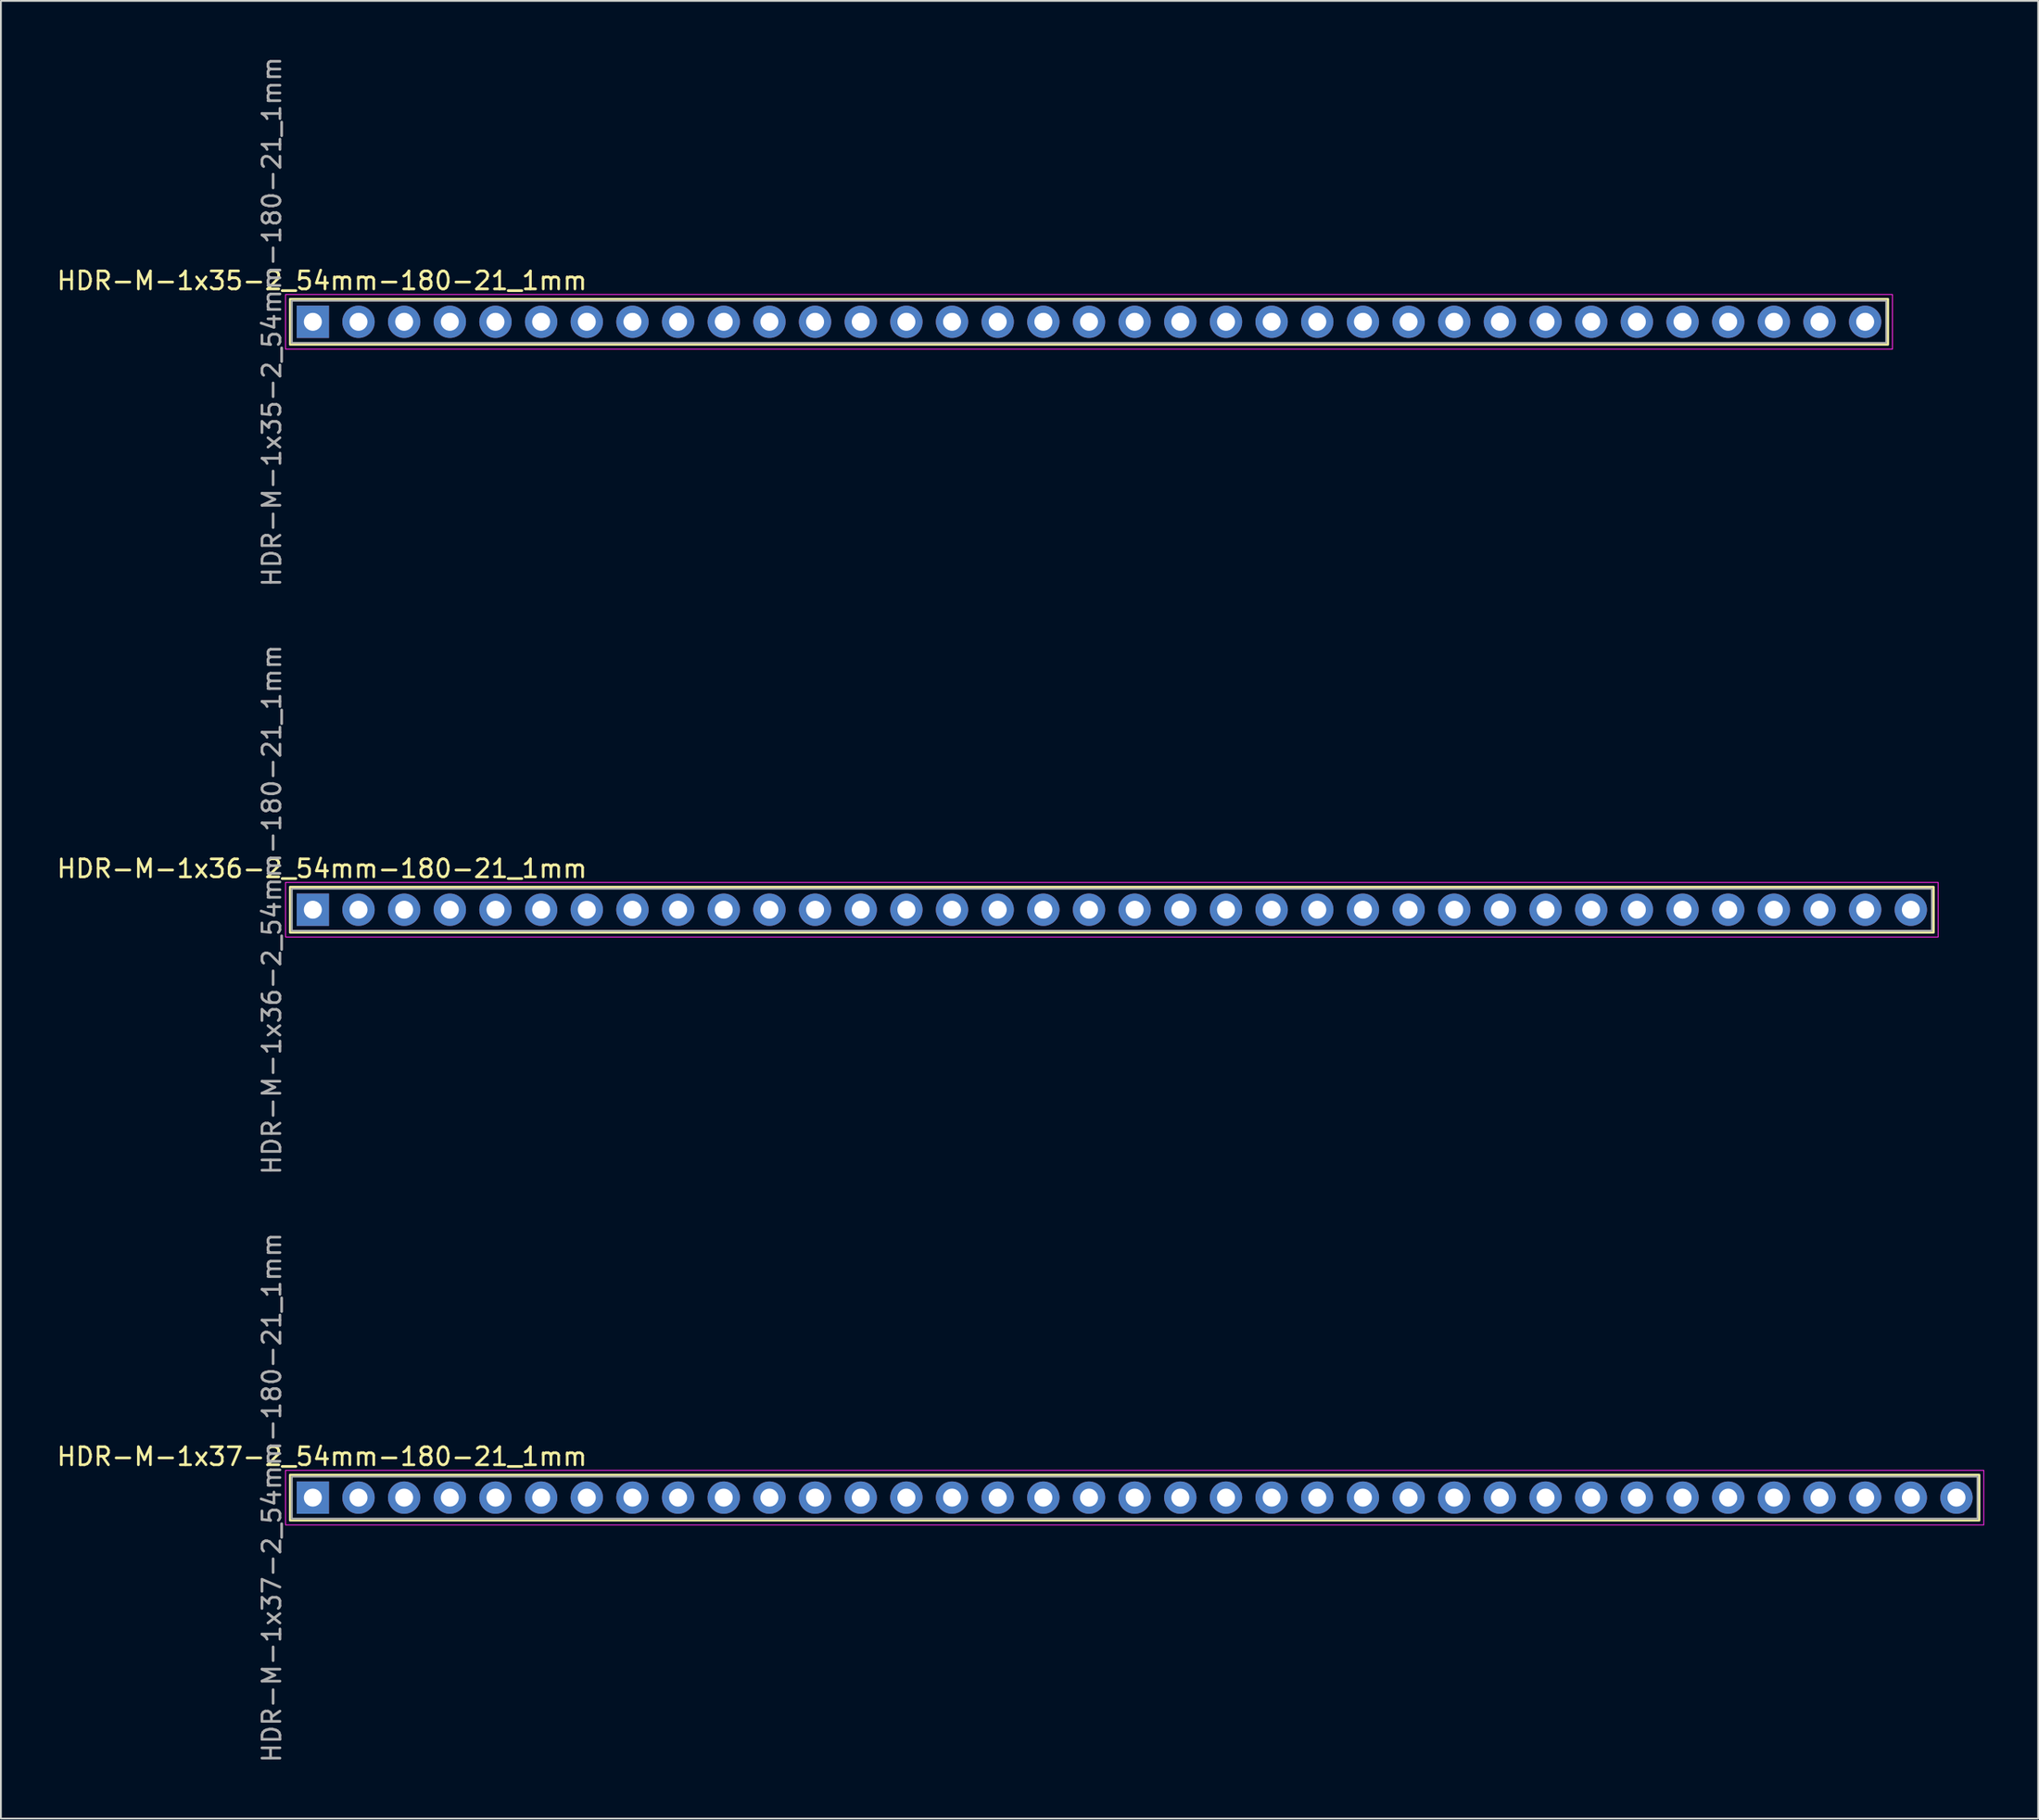
<source format=kicad_pcb>
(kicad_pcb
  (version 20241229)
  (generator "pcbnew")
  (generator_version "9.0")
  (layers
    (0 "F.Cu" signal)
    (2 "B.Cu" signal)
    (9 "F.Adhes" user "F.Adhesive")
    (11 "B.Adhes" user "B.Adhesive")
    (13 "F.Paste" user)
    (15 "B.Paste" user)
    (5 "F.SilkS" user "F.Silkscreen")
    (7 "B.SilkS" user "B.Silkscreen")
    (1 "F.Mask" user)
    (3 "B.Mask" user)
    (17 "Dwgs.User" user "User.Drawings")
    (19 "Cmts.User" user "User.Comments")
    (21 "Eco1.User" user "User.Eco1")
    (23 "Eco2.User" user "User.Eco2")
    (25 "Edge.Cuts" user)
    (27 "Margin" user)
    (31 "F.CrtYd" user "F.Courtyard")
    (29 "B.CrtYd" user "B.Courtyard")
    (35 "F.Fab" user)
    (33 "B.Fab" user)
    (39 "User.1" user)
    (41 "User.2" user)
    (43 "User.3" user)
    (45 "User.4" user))
  (footprint "HDR-M-1x36-2_54mm-180-21_1mm"
    (layer "F.Cu")
    (at 14.355 47.589)
    (property "Reference" "HDR-M-1x36-2_54mm-180-21_1mm" (at 0.508 -2.286 0) (unlocked yes) (layer "F.SilkS") (effects (font (size 1 1) (thickness 0.15))))
    (attr through_hole)
    (fp_rect (start -1.27 -1.27) (end 90.17 1.27) (stroke (width 0.12) (type solid)) (fill no) (layer "F.SilkS"))
    (fp_rect (start -1.52 -1.52) (end 90.42 1.52) (stroke (width 0.05) (type solid)) (fill no) (layer "F.CrtYd"))
    (fp_rect (start -1.17 -1.17) (end 90.07 1.17) (stroke (width 0.1) (type solid)) (fill no) (layer "F.Fab"))
    (fp_text user "${REFERENCE}" (at -2.286 0 90) (unlocked yes) (layer "F.Fab") (effects (font (size 1 1) (thickness 0.15))))
    (pad "1" thru_hole rect (at 0 0) (size 1.8 1.8) (drill 1) (layers "*.Cu" "*.Mask"))
    (pad "2" thru_hole circle (at 2.54 0) (size 1.8 1.8) (drill 1) (layers "*.Cu" "*.Mask"))
    (pad "3" thru_hole circle (at 5.08 0) (size 1.8 1.8) (drill 1) (layers "*.Cu" "*.Mask"))
    (pad "4" thru_hole circle (at 7.62 0) (size 1.8 1.8) (drill 1) (layers "*.Cu" "*.Mask"))
    (pad "5" thru_hole circle (at 10.16 0) (size 1.8 1.8) (drill 1) (layers "*.Cu" "*.Mask"))
    (pad "6" thru_hole circle (at 12.7 0) (size 1.8 1.8) (drill 1) (layers "*.Cu" "*.Mask"))
    (pad "7" thru_hole circle (at 15.24 0) (size 1.8 1.8) (drill 1) (layers "*.Cu" "*.Mask"))
    (pad "8" thru_hole circle (at 17.78 0) (size 1.8 1.8) (drill 1) (layers "*.Cu" "*.Mask"))
    (pad "9" thru_hole circle (at 20.32 0) (size 1.8 1.8) (drill 1) (layers "*.Cu" "*.Mask"))
    (pad "10" thru_hole circle (at 22.86 0) (size 1.8 1.8) (drill 1) (layers "*.Cu" "*.Mask"))
    (pad "11" thru_hole circle (at 25.4 0) (size 1.8 1.8) (drill 1) (layers "*.Cu" "*.Mask"))
    (pad "12" thru_hole circle (at 27.94 0) (size 1.8 1.8) (drill 1) (layers "*.Cu" "*.Mask"))
    (pad "13" thru_hole circle (at 30.48 0) (size 1.8 1.8) (drill 1) (layers "*.Cu" "*.Mask"))
    (pad "14" thru_hole circle (at 33.02 0) (size 1.8 1.8) (drill 1) (layers "*.Cu" "*.Mask"))
    (pad "15" thru_hole circle (at 35.56 0) (size 1.8 1.8) (drill 1) (layers "*.Cu" "*.Mask"))
    (pad "16" thru_hole circle (at 38.1 0) (size 1.8 1.8) (drill 1) (layers "*.Cu" "*.Mask"))
    (pad "17" thru_hole circle (at 40.64 0) (size 1.8 1.8) (drill 1) (layers "*.Cu" "*.Mask"))
    (pad "18" thru_hole circle (at 43.18 0) (size 1.8 1.8) (drill 1) (layers "*.Cu" "*.Mask"))
    (pad "19" thru_hole circle (at 45.72 0) (size 1.8 1.8) (drill 1) (layers "*.Cu" "*.Mask"))
    (pad "20" thru_hole circle (at 48.26 0) (size 1.8 1.8) (drill 1) (layers "*.Cu" "*.Mask"))
    (pad "21" thru_hole circle (at 50.8 0) (size 1.8 1.8) (drill 1) (layers "*.Cu" "*.Mask"))
    (pad "22" thru_hole circle (at 53.34 0) (size 1.8 1.8) (drill 1) (layers "*.Cu" "*.Mask"))
    (pad "23" thru_hole circle (at 55.88 0) (size 1.8 1.8) (drill 1) (layers "*.Cu" "*.Mask"))
    (pad "24" thru_hole circle (at 58.42 0) (size 1.8 1.8) (drill 1) (layers "*.Cu" "*.Mask"))
    (pad "25" thru_hole circle (at 60.96 0) (size 1.8 1.8) (drill 1) (layers "*.Cu" "*.Mask"))
    (pad "26" thru_hole circle (at 63.5 0) (size 1.8 1.8) (drill 1) (layers "*.Cu" "*.Mask"))
    (pad "27" thru_hole circle (at 66.04 0) (size 1.8 1.8) (drill 1) (layers "*.Cu" "*.Mask"))
    (pad "28" thru_hole circle (at 68.58 0) (size 1.8 1.8) (drill 1) (layers "*.Cu" "*.Mask"))
    (pad "29" thru_hole circle (at 71.12 0) (size 1.8 1.8) (drill 1) (layers "*.Cu" "*.Mask"))
    (pad "30" thru_hole circle (at 73.66 0) (size 1.8 1.8) (drill 1) (layers "*.Cu" "*.Mask"))
    (pad "31" thru_hole circle (at 76.2 0) (size 1.8 1.8) (drill 1) (layers "*.Cu" "*.Mask"))
    (pad "32" thru_hole circle (at 78.74 0) (size 1.8 1.8) (drill 1) (layers "*.Cu" "*.Mask"))
    (pad "33" thru_hole circle (at 81.28 0) (size 1.8 1.8) (drill 1) (layers "*.Cu" "*.Mask"))
    (pad "34" thru_hole circle (at 83.82 0) (size 1.8 1.8) (drill 1) (layers "*.Cu" "*.Mask"))
    (pad "35" thru_hole circle (at 86.36 0) (size 1.8 1.8) (drill 1) (layers "*.Cu" "*.Mask"))
    (pad "36" thru_hole circle (at 88.9 0) (size 1.8 1.8) (drill 1) (layers "*.Cu" "*.Mask")))
  (footprint "HDR-M-1x35-2_54mm-180-21_1mm"
    (layer "F.Cu")
    (at 14.355 14.863)
    (property "Reference" "HDR-M-1x35-2_54mm-180-21_1mm" (at 0.508 -2.286 0) (unlocked yes) (layer "F.SilkS") (effects (font (size 1 1) (thickness 0.15))))
    (attr through_hole)
    (fp_rect (start -1.27 -1.27) (end 87.63 1.27) (stroke (width 0.12) (type solid)) (fill no) (layer "F.SilkS"))
    (fp_rect (start -1.52 -1.52) (end 87.88 1.52) (stroke (width 0.05) (type solid)) (fill no) (layer "F.CrtYd"))
    (fp_rect (start -1.17 -1.17) (end 87.53 1.17) (stroke (width 0.1) (type solid)) (fill no) (layer "F.Fab"))
    (fp_text user "${REFERENCE}" (at -2.286 0 90) (unlocked yes) (layer "F.Fab") (effects (font (size 1 1) (thickness 0.15))))
    (pad "1" thru_hole rect (at 0 0) (size 1.8 1.8) (drill 1) (layers "*.Cu" "*.Mask"))
    (pad "2" thru_hole circle (at 2.54 0) (size 1.8 1.8) (drill 1) (layers "*.Cu" "*.Mask"))
    (pad "3" thru_hole circle (at 5.08 0) (size 1.8 1.8) (drill 1) (layers "*.Cu" "*.Mask"))
    (pad "4" thru_hole circle (at 7.62 0) (size 1.8 1.8) (drill 1) (layers "*.Cu" "*.Mask"))
    (pad "5" thru_hole circle (at 10.16 0) (size 1.8 1.8) (drill 1) (layers "*.Cu" "*.Mask"))
    (pad "6" thru_hole circle (at 12.7 0) (size 1.8 1.8) (drill 1) (layers "*.Cu" "*.Mask"))
    (pad "7" thru_hole circle (at 15.24 0) (size 1.8 1.8) (drill 1) (layers "*.Cu" "*.Mask"))
    (pad "8" thru_hole circle (at 17.78 0) (size 1.8 1.8) (drill 1) (layers "*.Cu" "*.Mask"))
    (pad "9" thru_hole circle (at 20.32 0) (size 1.8 1.8) (drill 1) (layers "*.Cu" "*.Mask"))
    (pad "10" thru_hole circle (at 22.86 0) (size 1.8 1.8) (drill 1) (layers "*.Cu" "*.Mask"))
    (pad "11" thru_hole circle (at 25.4 0) (size 1.8 1.8) (drill 1) (layers "*.Cu" "*.Mask"))
    (pad "12" thru_hole circle (at 27.94 0) (size 1.8 1.8) (drill 1) (layers "*.Cu" "*.Mask"))
    (pad "13" thru_hole circle (at 30.48 0) (size 1.8 1.8) (drill 1) (layers "*.Cu" "*.Mask"))
    (pad "14" thru_hole circle (at 33.02 0) (size 1.8 1.8) (drill 1) (layers "*.Cu" "*.Mask"))
    (pad "15" thru_hole circle (at 35.56 0) (size 1.8 1.8) (drill 1) (layers "*.Cu" "*.Mask"))
    (pad "16" thru_hole circle (at 38.1 0) (size 1.8 1.8) (drill 1) (layers "*.Cu" "*.Mask"))
    (pad "17" thru_hole circle (at 40.64 0) (size 1.8 1.8) (drill 1) (layers "*.Cu" "*.Mask"))
    (pad "18" thru_hole circle (at 43.18 0) (size 1.8 1.8) (drill 1) (layers "*.Cu" "*.Mask"))
    (pad "19" thru_hole circle (at 45.72 0) (size 1.8 1.8) (drill 1) (layers "*.Cu" "*.Mask"))
    (pad "20" thru_hole circle (at 48.26 0) (size 1.8 1.8) (drill 1) (layers "*.Cu" "*.Mask"))
    (pad "21" thru_hole circle (at 50.8 0) (size 1.8 1.8) (drill 1) (layers "*.Cu" "*.Mask"))
    (pad "22" thru_hole circle (at 53.34 0) (size 1.8 1.8) (drill 1) (layers "*.Cu" "*.Mask"))
    (pad "23" thru_hole circle (at 55.88 0) (size 1.8 1.8) (drill 1) (layers "*.Cu" "*.Mask"))
    (pad "24" thru_hole circle (at 58.42 0) (size 1.8 1.8) (drill 1) (layers "*.Cu" "*.Mask"))
    (pad "25" thru_hole circle (at 60.96 0) (size 1.8 1.8) (drill 1) (layers "*.Cu" "*.Mask"))
    (pad "26" thru_hole circle (at 63.5 0) (size 1.8 1.8) (drill 1) (layers "*.Cu" "*.Mask"))
    (pad "27" thru_hole circle (at 66.04 0) (size 1.8 1.8) (drill 1) (layers "*.Cu" "*.Mask"))
    (pad "28" thru_hole circle (at 68.58 0) (size 1.8 1.8) (drill 1) (layers "*.Cu" "*.Mask"))
    (pad "29" thru_hole circle (at 71.12 0) (size 1.8 1.8) (drill 1) (layers "*.Cu" "*.Mask"))
    (pad "30" thru_hole circle (at 73.66 0) (size 1.8 1.8) (drill 1) (layers "*.Cu" "*.Mask"))
    (pad "31" thru_hole circle (at 76.2 0) (size 1.8 1.8) (drill 1) (layers "*.Cu" "*.Mask"))
    (pad "32" thru_hole circle (at 78.74 0) (size 1.8 1.8) (drill 1) (layers "*.Cu" "*.Mask"))
    (pad "33" thru_hole circle (at 81.28 0) (size 1.8 1.8) (drill 1) (layers "*.Cu" "*.Mask"))
    (pad "34" thru_hole circle (at 83.82 0) (size 1.8 1.8) (drill 1) (layers "*.Cu" "*.Mask"))
    (pad "35" thru_hole circle (at 86.36 0) (size 1.8 1.8) (drill 1) (layers "*.Cu" "*.Mask")))
  (footprint "HDR-M-1x37-2_54mm-180-21_1mm"
    (layer "F.Cu")
    (at 14.355 80.315)
    (property "Reference" "HDR-M-1x37-2_54mm-180-21_1mm" (at 0.508 -2.286 0) (unlocked yes) (layer "F.SilkS") (effects (font (size 1 1) (thickness 0.15))))
    (attr through_hole)
    (fp_rect (start -1.27 -1.27) (end 92.71 1.27) (stroke (width 0.12) (type solid)) (fill no) (layer "F.SilkS"))
    (fp_rect (start -1.52 -1.52) (end 92.96 1.52) (stroke (width 0.05) (type solid)) (fill no) (layer "F.CrtYd"))
    (fp_rect (start -1.17 -1.17) (end 92.61 1.17) (stroke (width 0.1) (type solid)) (fill no) (layer "F.Fab"))
    (fp_text user "${REFERENCE}" (at -2.286 0 90) (unlocked yes) (layer "F.Fab") (effects (font (size 1 1) (thickness 0.15))))
    (pad "1" thru_hole rect (at 0 0) (size 1.8 1.8) (drill 1) (layers "*.Cu" "*.Mask"))
    (pad "2" thru_hole circle (at 2.54 0) (size 1.8 1.8) (drill 1) (layers "*.Cu" "*.Mask"))
    (pad "3" thru_hole circle (at 5.08 0) (size 1.8 1.8) (drill 1) (layers "*.Cu" "*.Mask"))
    (pad "4" thru_hole circle (at 7.62 0) (size 1.8 1.8) (drill 1) (layers "*.Cu" "*.Mask"))
    (pad "5" thru_hole circle (at 10.16 0) (size 1.8 1.8) (drill 1) (layers "*.Cu" "*.Mask"))
    (pad "6" thru_hole circle (at 12.7 0) (size 1.8 1.8) (drill 1) (layers "*.Cu" "*.Mask"))
    (pad "7" thru_hole circle (at 15.24 0) (size 1.8 1.8) (drill 1) (layers "*.Cu" "*.Mask"))
    (pad "8" thru_hole circle (at 17.78 0) (size 1.8 1.8) (drill 1) (layers "*.Cu" "*.Mask"))
    (pad "9" thru_hole circle (at 20.32 0) (size 1.8 1.8) (drill 1) (layers "*.Cu" "*.Mask"))
    (pad "10" thru_hole circle (at 22.86 0) (size 1.8 1.8) (drill 1) (layers "*.Cu" "*.Mask"))
    (pad "11" thru_hole circle (at 25.4 0) (size 1.8 1.8) (drill 1) (layers "*.Cu" "*.Mask"))
    (pad "12" thru_hole circle (at 27.94 0) (size 1.8 1.8) (drill 1) (layers "*.Cu" "*.Mask"))
    (pad "13" thru_hole circle (at 30.48 0) (size 1.8 1.8) (drill 1) (layers "*.Cu" "*.Mask"))
    (pad "14" thru_hole circle (at 33.02 0) (size 1.8 1.8) (drill 1) (layers "*.Cu" "*.Mask"))
    (pad "15" thru_hole circle (at 35.56 0) (size 1.8 1.8) (drill 1) (layers "*.Cu" "*.Mask"))
    (pad "16" thru_hole circle (at 38.1 0) (size 1.8 1.8) (drill 1) (layers "*.Cu" "*.Mask"))
    (pad "17" thru_hole circle (at 40.64 0) (size 1.8 1.8) (drill 1) (layers "*.Cu" "*.Mask"))
    (pad "18" thru_hole circle (at 43.18 0) (size 1.8 1.8) (drill 1) (layers "*.Cu" "*.Mask"))
    (pad "19" thru_hole circle (at 45.72 0) (size 1.8 1.8) (drill 1) (layers "*.Cu" "*.Mask"))
    (pad "20" thru_hole circle (at 48.26 0) (size 1.8 1.8) (drill 1) (layers "*.Cu" "*.Mask"))
    (pad "21" thru_hole circle (at 50.8 0) (size 1.8 1.8) (drill 1) (layers "*.Cu" "*.Mask"))
    (pad "22" thru_hole circle (at 53.34 0) (size 1.8 1.8) (drill 1) (layers "*.Cu" "*.Mask"))
    (pad "23" thru_hole circle (at 55.88 0) (size 1.8 1.8) (drill 1) (layers "*.Cu" "*.Mask"))
    (pad "24" thru_hole circle (at 58.42 0) (size 1.8 1.8) (drill 1) (layers "*.Cu" "*.Mask"))
    (pad "25" thru_hole circle (at 60.96 0) (size 1.8 1.8) (drill 1) (layers "*.Cu" "*.Mask"))
    (pad "26" thru_hole circle (at 63.5 0) (size 1.8 1.8) (drill 1) (layers "*.Cu" "*.Mask"))
    (pad "27" thru_hole circle (at 66.04 0) (size 1.8 1.8) (drill 1) (layers "*.Cu" "*.Mask"))
    (pad "28" thru_hole circle (at 68.58 0) (size 1.8 1.8) (drill 1) (layers "*.Cu" "*.Mask"))
    (pad "29" thru_hole circle (at 71.12 0) (size 1.8 1.8) (drill 1) (layers "*.Cu" "*.Mask"))
    (pad "30" thru_hole circle (at 73.66 0) (size 1.8 1.8) (drill 1) (layers "*.Cu" "*.Mask"))
    (pad "31" thru_hole circle (at 76.2 0) (size 1.8 1.8) (drill 1) (layers "*.Cu" "*.Mask"))
    (pad "32" thru_hole circle (at 78.74 0) (size 1.8 1.8) (drill 1) (layers "*.Cu" "*.Mask"))
    (pad "33" thru_hole circle (at 81.28 0) (size 1.8 1.8) (drill 1) (layers "*.Cu" "*.Mask"))
    (pad "34" thru_hole circle (at 83.82 0) (size 1.8 1.8) (drill 1) (layers "*.Cu" "*.Mask"))
    (pad "35" thru_hole circle (at 86.36 0) (size 1.8 1.8) (drill 1) (layers "*.Cu" "*.Mask"))
    (pad "36" thru_hole circle (at 88.9 0) (size 1.8 1.8) (drill 1) (layers "*.Cu" "*.Mask"))
    (pad "37" thru_hole circle (at 91.44 0) (size 1.8 1.8) (drill 1) (layers "*.Cu" "*.Mask")))
  (gr_rect
    (start -3 -3)
    (end 110.34 98.179)
    (stroke (width 0.1) (type default))
    (fill no)
    (layer "Edge.Cuts")))
</source>
